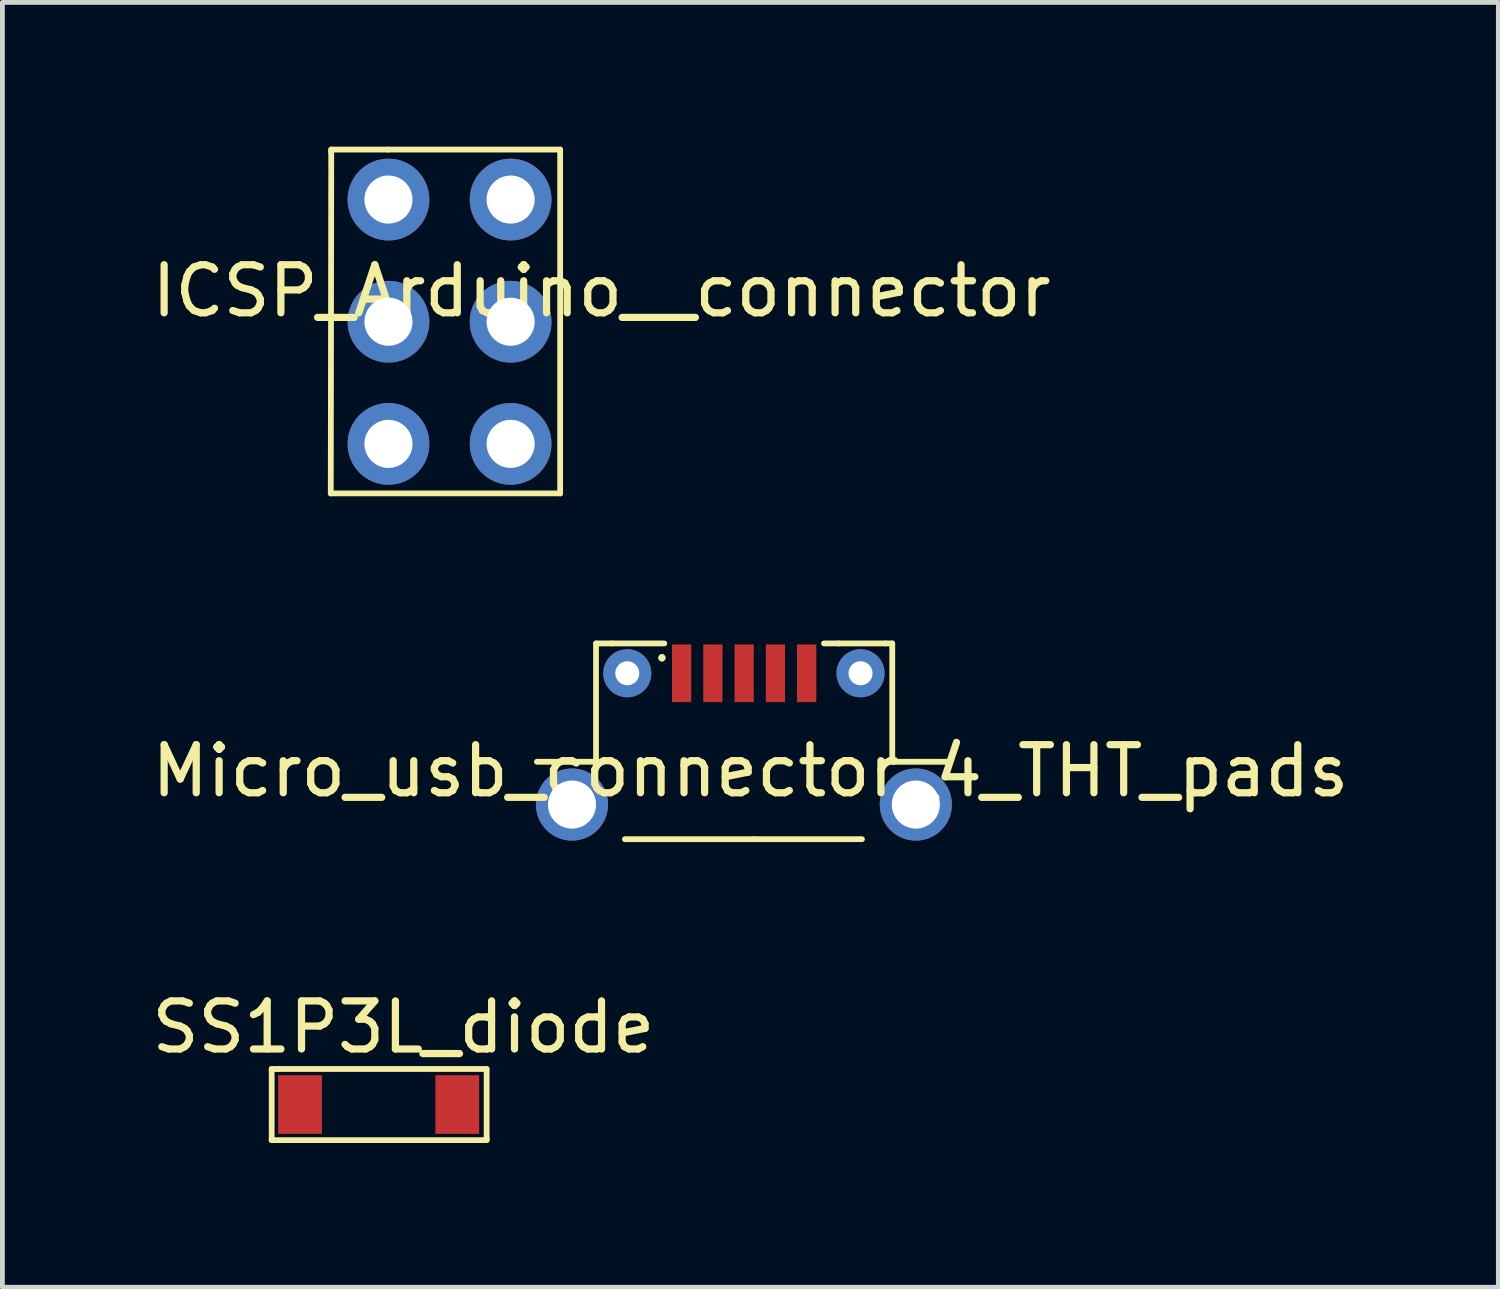
<source format=kicad_pcb>
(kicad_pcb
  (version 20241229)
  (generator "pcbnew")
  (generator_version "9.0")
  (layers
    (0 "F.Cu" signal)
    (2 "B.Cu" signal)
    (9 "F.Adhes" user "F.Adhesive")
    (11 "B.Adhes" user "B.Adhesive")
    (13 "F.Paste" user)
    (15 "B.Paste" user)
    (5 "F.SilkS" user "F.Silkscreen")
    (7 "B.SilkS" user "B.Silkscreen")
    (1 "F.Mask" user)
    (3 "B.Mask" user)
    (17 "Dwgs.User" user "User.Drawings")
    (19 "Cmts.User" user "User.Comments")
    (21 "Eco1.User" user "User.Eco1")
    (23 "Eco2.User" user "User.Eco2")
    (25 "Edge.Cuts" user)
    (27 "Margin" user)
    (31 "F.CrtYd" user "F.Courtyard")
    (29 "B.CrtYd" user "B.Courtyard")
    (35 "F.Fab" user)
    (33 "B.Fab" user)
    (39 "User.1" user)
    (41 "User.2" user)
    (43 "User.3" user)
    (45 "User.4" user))
  (footprint "ICSP_Arduino__connector"
    (layer "F.Cu")
    (at 6.078 3.43)
    (property "Reference" "ICSP_Arduino__connector" (at 3.38 -0.43 0) (layer "F.SilkS") (effects (font (size 1 1) (thickness 0.15))))
    (attr through_hole)
    (fp_line (start -2.25 3.78) (end -2.24 -3.31) (stroke (width 0.12) (type solid)) (layer "F.SilkS"))
    (fp_line (start -2.24 -3.37) (end -1.05 -3.37) (stroke (width 0.12) (type solid)) (layer "F.SilkS"))
    (fp_line (start -2.24 -3.35) (end -2.24 -3.37) (stroke (width 0.12) (type solid)) (layer "F.SilkS"))
    (fp_line (start -2.24 -3.31) (end -2.24 -3.35) (stroke (width 0.12) (type solid)) (layer "F.SilkS"))
    (fp_line (start -1.05 -3.37) (end 2.52 -3.37) (stroke (width 0.12) (type solid)) (layer "F.SilkS"))
    (fp_line (start 2.52 -3.37) (end 2.52 3.78) (stroke (width 0.12) (type solid)) (layer "F.SilkS"))
    (fp_line (start 2.52 3.78) (end -2.25 3.78) (stroke (width 0.12) (type solid)) (layer "F.SilkS"))
    (pad "1" thru_hole circle (at -1.05 -2.33) (size 1.7 1.7) (drill 1) (layers "*.Cu" "*.Mask"))
    (pad "2" thru_hole circle (at 1.49 -2.33) (size 1.7 1.7) (drill 1) (layers "*.Cu" "*.Mask"))
    (pad "3" thru_hole circle (at -1.05 0.21) (size 1.7 1.7) (drill 1) (layers "*.Cu" "*.Mask"))
    (pad "4" thru_hole circle (at 1.49 0.21) (size 1.7 1.7) (drill 1) (layers "*.Cu" "*.Mask"))
    (pad "5" thru_hole circle (at -1.05 2.75) (size 1.7 1.7) (drill 1) (layers "*.Cu" "*.Mask"))
    (pad "6" thru_hole circle (at 1.49 2.75) (size 1.7 1.7) (drill 1) (layers "*.Cu" "*.Mask")))
  (footprint "SS1P3L_diode"
    (layer "F.Cu")
    (at 4.879 19.898)
    (property "Reference" "SS1P3L_diode" (at 0.46 -1.59 0) (layer "F.SilkS") (effects (font (size 1 1) (thickness 0.15))))
    (attr through_hole)
    (fp_line (start -2.28 -0.72) (end -2.15 -0.72) (stroke (width 0.12) (type solid)) (layer "F.SilkS"))
    (fp_line (start -2.28 0.76) (end -2.28 -0.72) (stroke (width 0.12) (type solid)) (layer "F.SilkS"))
    (fp_line (start -2.15 -0.72) (end 2.19 -0.72) (stroke (width 0.12) (type solid)) (layer "F.SilkS"))
    (fp_line (start 2.19 -0.72) (end 2.19 0.72) (stroke (width 0.12) (type solid)) (layer "F.SilkS"))
    (fp_line (start 2.19 0.72) (end 2.19 0.76) (stroke (width 0.12) (type solid)) (layer "F.SilkS"))
    (fp_line (start 2.19 0.76) (end -2.28 0.76) (stroke (width 0.12) (type solid)) (layer "F.SilkS"))
    (pad "1" smd rect (at -1.69 0.02) (size 0.91 1.22) (layers "F.Cu" "F.Mask" "F.Paste"))
    (pad "2" smd rect (at 1.58 0.02) (size 0.91 1.22) (layers "F.Cu" "F.Mask" "F.Paste")))
  (footprint "Micro_usb_connector_4_THT_pads"
    (layer "F.Cu")
    (at 12.224 12.29)
    (property "Reference" "Micro_usb_connector_4_THT_pads" (at 0.33 0.69 0) (layer "F.SilkS") (effects (font (size 1 1) (thickness 0.15))))
    (attr through_hole)
    (fp_line (start -2.88 -1.96) (end -2.88 0.5) (stroke (width 0.12) (type solid)) (layer "F.SilkS"))
    (fp_line (start -2.88 0.5) (end -4.11 0.5) (stroke (width 0.12) (type solid)) (layer "F.SilkS"))
    (fp_line (start -2.54 -1.96) (end -2.88 -1.96) (stroke (width 0.12) (type solid)) (layer "F.SilkS"))
    (fp_line (start -2.28 2.11) (end 0.41 2.11) (stroke (width 0.12) (type solid)) (layer "F.SilkS"))
    (fp_line (start -1.53 -1.66) (end -1.49 -1.66) (stroke (width 0.12) (type solid)) (layer "F.SilkS"))
    (fp_line (start -1.51 -1.68) (end -1.51 -1.64) (stroke (width 0.12) (type solid)) (layer "F.SilkS"))
    (fp_line (start -1.51 -1.66) (end -1.51 -1.68) (stroke (width 0.12) (type solid)) (layer "F.SilkS"))
    (fp_line (start -1.46 -1.96) (end -2.54 -1.96) (stroke (width 0.12) (type solid)) (layer "F.SilkS"))
    (fp_line (start 1.86 -1.96) (end 2.16 -1.96) (stroke (width 0.12) (type solid)) (layer "F.SilkS"))
    (fp_line (start 2.16 -1.96) (end 3.14 -1.96) (stroke (width 0.12) (type solid)) (layer "F.SilkS"))
    (fp_line (start 2.65 2.11) (end 0.41 2.11) (stroke (width 0.12) (type solid)) (layer "F.SilkS"))
    (fp_line (start 3.14 -1.96) (end 3.28 -1.96) (stroke (width 0.12) (type solid)) (layer "F.SilkS"))
    (fp_line (start 3.28 -1.96) (end 3.28 0.5) (stroke (width 0.12) (type solid)) (layer "F.SilkS"))
    (fp_line (start 3.28 0.5) (end 3.31 0.5) (stroke (width 0.12) (type solid)) (layer "F.SilkS"))
    (fp_line (start 3.31 0.5) (end 4.47 0.5) (stroke (width 0.12) (type solid)) (layer "F.SilkS"))
    (pad "1" smd rect (at -1.1 -1.34) (size 0.4 1.2) (layers "F.Cu" "F.Mask" "F.Paste"))
    (pad "2" smd rect (at -0.45 -1.34) (size 0.4 1.2) (layers "F.Cu" "F.Mask" "F.Paste"))
    (pad "3" smd rect (at 0.2 -1.34) (size 0.4 1.2) (layers "F.Cu" "F.Mask" "F.Paste"))
    (pad "4" smd rect (at 0.85 -1.34) (size 0.4 1.2) (layers "F.Cu" "F.Mask" "F.Paste"))
    (pad "5" smd rect (at 1.5 -1.34) (size 0.4 1.2) (layers "F.Cu" "F.Mask" "F.Paste"))
    (pad "6" thru_hole circle (at -2.23 -1.34) (size 1 1) (drill 0.5) (layers "*.Cu" "*.Mask"))
    (pad "7" thru_hole circle (at 2.62 -1.34) (size 1 1) (drill 0.5) (layers "*.Cu" "*.Mask"))
    (pad "8" thru_hole circle (at 3.77 1.39) (size 1.5 1.5) (drill 1) (layers "*.Cu" "*.Mask"))
    (pad "9" thru_hole circle (at -3.38 1.39) (size 1.5 1.5) (drill 1) (layers "*.Cu" "*.Mask")))
  (gr_rect
    (start -3 -3)
    (end 28.107 23.718)
    (stroke (width 0.1) (type default))
    (fill no)
    (layer "Edge.Cuts")))
</source>
